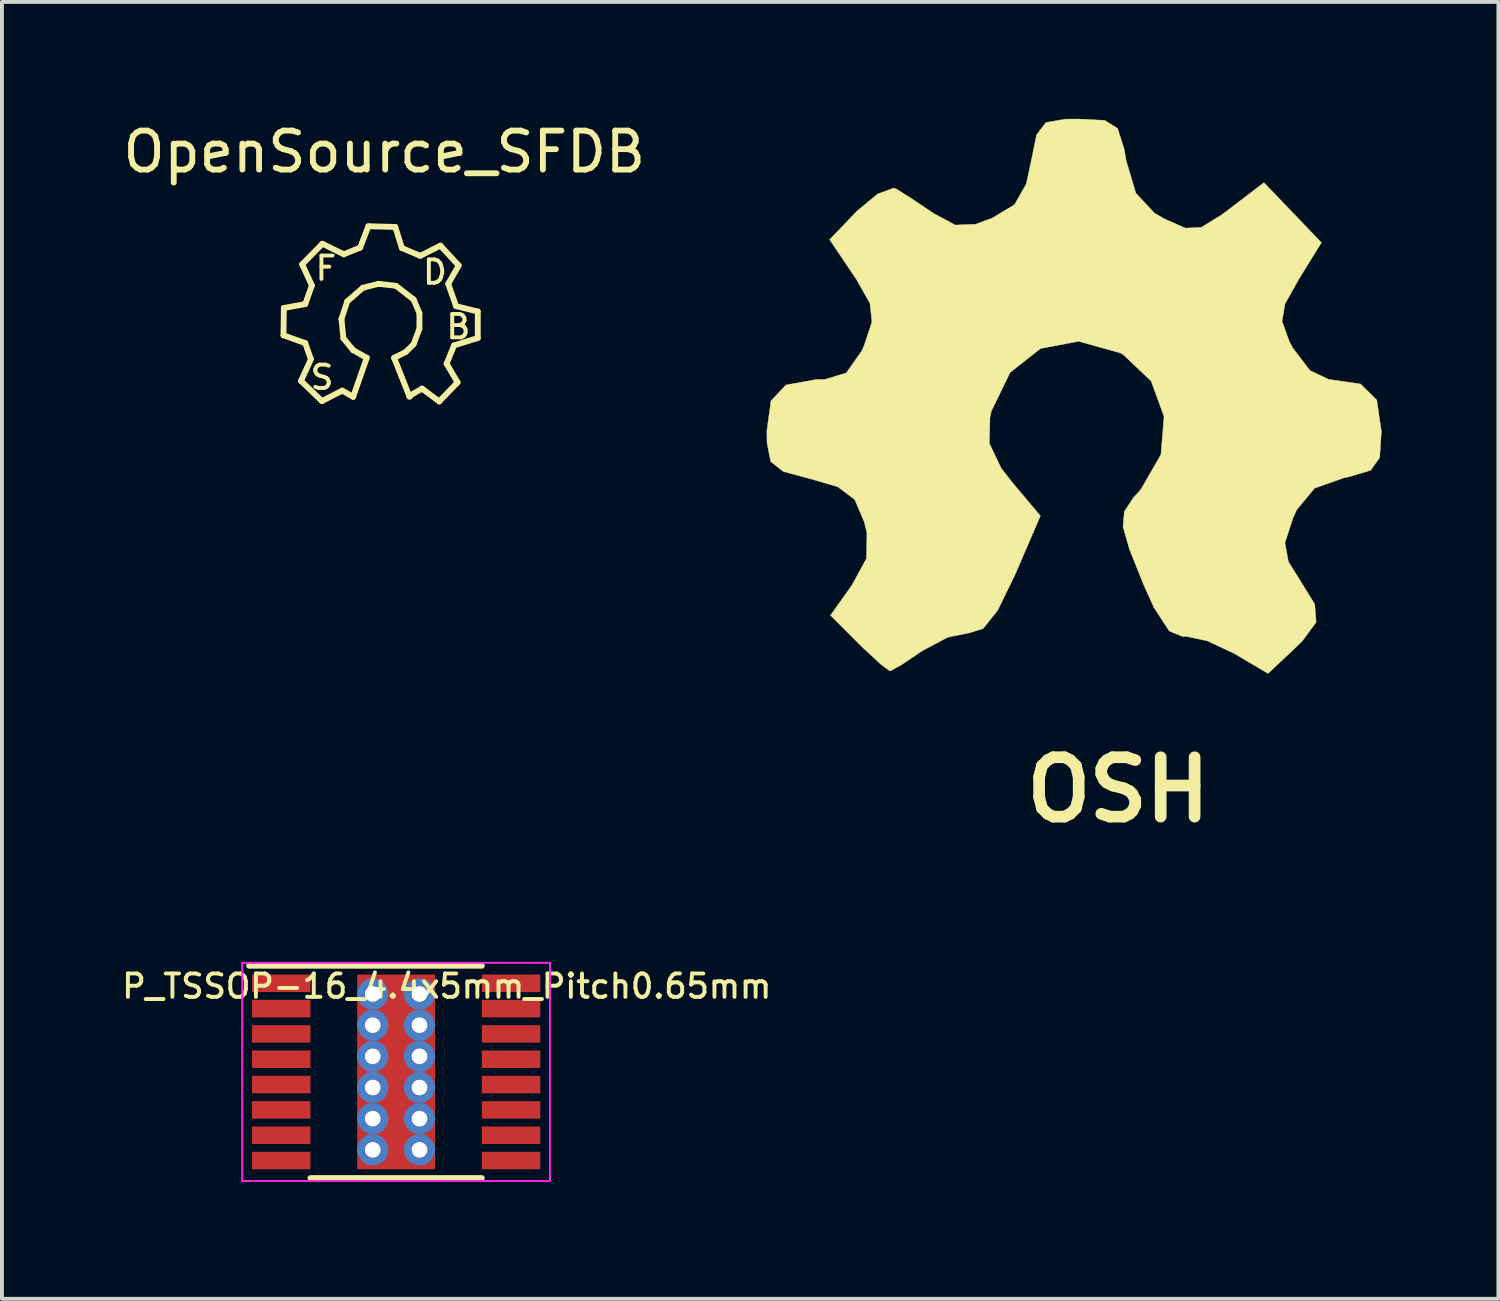
<source format=kicad_pcb>
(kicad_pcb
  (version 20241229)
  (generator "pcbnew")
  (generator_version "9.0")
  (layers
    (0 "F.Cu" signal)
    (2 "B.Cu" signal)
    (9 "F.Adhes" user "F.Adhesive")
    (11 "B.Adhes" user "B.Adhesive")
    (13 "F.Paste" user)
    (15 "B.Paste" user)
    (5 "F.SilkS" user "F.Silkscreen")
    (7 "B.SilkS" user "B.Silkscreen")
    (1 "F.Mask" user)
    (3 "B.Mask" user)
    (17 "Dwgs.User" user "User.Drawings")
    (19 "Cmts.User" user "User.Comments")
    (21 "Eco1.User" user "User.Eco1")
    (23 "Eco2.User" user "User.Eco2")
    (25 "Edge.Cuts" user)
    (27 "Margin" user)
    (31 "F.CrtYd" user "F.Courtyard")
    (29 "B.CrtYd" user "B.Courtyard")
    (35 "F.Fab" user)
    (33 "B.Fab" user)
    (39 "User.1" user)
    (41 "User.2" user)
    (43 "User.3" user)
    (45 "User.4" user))
  (footprint "OpenSource_SFDB"
    (layer "F.Cu")
    (at 6.716 5.237)
    (property "Reference" "OpenSource_SFDB" (at 0.099 -4.389 0) (layer "F.SilkS") (effects (font (size 1 1) (thickness 0.15))))
    (attr through_hole)
    (fp_line (start -2.489 0.32) (end -1.93 0.521) (stroke (width 0.15) (type solid)) (layer "F.SilkS"))
    (fp_line (start -2.479 -0.381) (end -2.489 0.32) (stroke (width 0.15) (type solid)) (layer "F.SilkS"))
    (fp_line (start -2.04 1.491) (end -1.501 2.009) (stroke (width 0.15) (type solid)) (layer "F.SilkS"))
    (fp_line (start -2.009 -1.501) (end -1.76 -0.96) (stroke (width 0.15) (type solid)) (layer "F.SilkS"))
    (fp_line (start -1.93 -0.48) (end -2.479 -0.381) (stroke (width 0.15) (type solid)) (layer "F.SilkS"))
    (fp_line (start -1.93 0.521) (end -1.791 0.919) (stroke (width 0.15) (type solid)) (layer "F.SilkS"))
    (fp_line (start -1.781 0.93) (end -2.04 1.491) (stroke (width 0.15) (type solid)) (layer "F.SilkS"))
    (fp_line (start -1.76 -0.96) (end -1.93 -0.48) (stroke (width 0.15) (type solid)) (layer "F.SilkS"))
    (fp_line (start -1.501 2.009) (end -0.98 1.74) (stroke (width 0.15) (type solid)) (layer "F.SilkS"))
    (fp_line (start -1.491 -2.029) (end -2.009 -1.501) (stroke (width 0.15) (type solid)) (layer "F.SilkS"))
    (fp_line (start -1.001 -0.099) (end -0.95 0.399) (stroke (width 0.15) (type solid)) (layer "F.SilkS"))
    (fp_line (start -0.98 1.74) (end -0.701 1.9) (stroke (width 0.15) (type solid)) (layer "F.SilkS"))
    (fp_line (start -0.95 0.399) (end -0.701 0.701) (stroke (width 0.15) (type solid)) (layer "F.SilkS"))
    (fp_line (start -0.94 -1.76) (end -1.491 -2.029) (stroke (width 0.15) (type solid)) (layer "F.SilkS"))
    (fp_line (start -0.851 -0.551) (end -1.001 -0.099) (stroke (width 0.15) (type solid)) (layer "F.SilkS"))
    (fp_line (start -0.701 0.701) (end -0.351 0.899) (stroke (width 0.15) (type solid)) (layer "F.SilkS"))
    (fp_line (start -0.521 -1.93) (end -0.94 -1.76) (stroke (width 0.15) (type solid)) (layer "F.SilkS"))
    (fp_line (start -0.45 -0.899) (end -0.851 -0.551) (stroke (width 0.15) (type solid)) (layer "F.SilkS"))
    (fp_line (start -0.351 0.899) (end -0.701 1.9) (stroke (width 0.15) (type solid)) (layer "F.SilkS"))
    (fp_line (start -0.31 -2.479) (end -0.521 -1.93) (stroke (width 0.15) (type solid)) (layer "F.SilkS"))
    (fp_line (start -0.051 -1.001) (end -0.45 -0.899) (stroke (width 0.15) (type solid)) (layer "F.SilkS"))
    (fp_line (start 0.351 0.899) (end 0.65 0.749) (stroke (width 0.15) (type solid)) (layer "F.SilkS"))
    (fp_line (start 0.351 0.899) (end 0.749 1.9) (stroke (width 0.15) (type solid)) (layer "F.SilkS"))
    (fp_line (start 0.381 -2.461) (end -0.31 -2.479) (stroke (width 0.15) (type solid)) (layer "F.SilkS"))
    (fp_line (start 0.399 -0.95) (end -0.051 -1.001) (stroke (width 0.15) (type solid)) (layer "F.SilkS"))
    (fp_line (start 0.551 -1.92) (end 0.381 -2.461) (stroke (width 0.15) (type solid)) (layer "F.SilkS"))
    (fp_line (start 0.65 0.749) (end 0.851 0.551) (stroke (width 0.15) (type solid)) (layer "F.SilkS"))
    (fp_line (start 0.739 1.88) (end 1.069 1.689) (stroke (width 0.15) (type solid)) (layer "F.SilkS"))
    (fp_line (start 0.851 -0.599) (end 0.399 -0.95) (stroke (width 0.15) (type solid)) (layer "F.SilkS"))
    (fp_line (start 0.851 0.551) (end 1.001 0.15) (stroke (width 0.15) (type solid)) (layer "F.SilkS"))
    (fp_line (start 1.001 -0.249) (end 0.851 -0.599) (stroke (width 0.15) (type solid)) (layer "F.SilkS"))
    (fp_line (start 1.001 0.15) (end 1.001 -0.249) (stroke (width 0.15) (type solid)) (layer "F.SilkS"))
    (fp_line (start 1.021 -1.72) (end 0.551 -1.92) (stroke (width 0.15) (type solid)) (layer "F.SilkS"))
    (fp_line (start 1.069 1.689) (end 1.509 2.019) (stroke (width 0.15) (type solid)) (layer "F.SilkS"))
    (fp_line (start 1.509 2.019) (end 1.981 1.529) (stroke (width 0.15) (type solid)) (layer "F.SilkS"))
    (fp_line (start 1.539 -1.981) (end 1.021 -1.72) (stroke (width 0.15) (type solid)) (layer "F.SilkS"))
    (fp_line (start 1.699 1.049) (end 1.89 0.579) (stroke (width 0.15) (type solid)) (layer "F.SilkS"))
    (fp_line (start 1.74 -1.001) (end 2.009 -1.471) (stroke (width 0.15) (type solid)) (layer "F.SilkS"))
    (fp_line (start 1.89 0.579) (end 2.499 0.391) (stroke (width 0.15) (type solid)) (layer "F.SilkS"))
    (fp_line (start 1.941 -0.429) (end 1.74 -1.001) (stroke (width 0.15) (type solid)) (layer "F.SilkS"))
    (fp_line (start 1.981 1.529) (end 1.699 1.049) (stroke (width 0.15) (type solid)) (layer "F.SilkS"))
    (fp_line (start 2.009 -1.471) (end 1.539 -1.981) (stroke (width 0.15) (type solid)) (layer "F.SilkS"))
    (fp_line (start 2.499 -0.29) (end 1.941 -0.429) (stroke (width 0.15) (type solid)) (layer "F.SilkS"))
    (fp_line (start 2.499 0.391) (end 2.499 -0.29) (stroke (width 0.15) (type solid)) (layer "F.SilkS"))
    (fp_text user "F" (at -1.4 -1.4 0) (layer "F.SilkS") (effects (font (size 0.6 0.6) (thickness 0.1))))
    (fp_text user "B" (at 2 0.1 0) (layer "F.SilkS") (effects (font (size 0.6 0.6) (thickness 0.1))))
    (fp_text user "S" (at -1.5 1.4 0) (layer "F.SilkS") (effects (font (size 0.6 0.6) (thickness 0.1))))
    (fp_text user "D" (at 1.4 -1.3 0) (layer "F.SilkS") (effects (font (size 0.6 0.6) (thickness 0.1)))))
  (footprint "OSH"
    (layer "F.Cu")
    (at 24.657 7.224)
    (property "Reference" "OSH" (at 1 10 0) (layer "F.SilkS") (effects (font (size 1.524 1.524) (thickness 0.3))))
    (attr through_hole)
    (fp_poly (pts (xy 0.65 -7.185) (xy 0.982 -6.98) (xy 1.149 -6.455) (xy 1.204 -6.144) (xy 1.451 -5.317) (xy 1.928 -4.805) (xy 2.183 -4.656) (xy 2.724 -4.418) (xy 3.133 -4.439) (xy 3.645 -4.754) (xy 3.86 -4.915) (xy 4.74 -5.586) (xy 6.215 -4.046) (xy 5.634 -3.106) (xy 5.279 -2.471) (xy 5.204 -2.026) (xy 5.386 -1.523) (xy 5.474 -1.35) (xy 5.92 -0.764) (xy 6.402 -0.535) (xy 7.218 -0.418) (xy 7.636 -0.005) (xy 7.754 0.801) (xy 7.71 1.473) (xy 7.479 1.8) (xy 6.909 1.97) (xy 6.798 1.991) (xy 6.039 2.259) (xy 5.582 2.811) (xy 5.487 3.018) (xy 5.278 3.662) (xy 5.368 4.148) (xy 5.64 4.581) (xy 6.044 5.235) (xy 6.079 5.698) (xy 5.727 6.179) (xy 5.497 6.402) (xy 4.844 7.015) (xy 3.96 6.493) (xy 3.279 6.176) (xy 2.732 6.061) (xy 2.66 6.07) (xy 2.31 5.927) (xy 1.912 5.315) (xy 1.657 4.75) (xy 1.287 3.827) (xy 1.122 3.246) (xy 1.156 2.856) (xy 1.385 2.506) (xy 1.58 2.29) (xy 2.095 1.396) (xy 2.175 0.419) (xy 1.845 -0.489) (xy 1.127 -1.171) (xy 1.046 -1.215) (xy -0.019 -1.512) (xy -0.995 -1.327) (xy -1.777 -0.712) (xy -2.258 0.28) (xy -2.293 0.437) (xy -2.31 1.107) (xy -2.005 1.746) (xy -1.726 2.104) (xy -0.999 2.969) (xy -1.656 4.492) (xy -2.098 5.398) (xy -2.47 5.863) (xy -2.815 5.97) (xy -3.377 6.086) (xy -4.03 6.431) (xy -4.039 6.437) (xy -4.558 6.788) (xy -4.851 6.95) (xy -4.86 6.952) (xy -5.093 6.782) (xy -5.547 6.361) (xy -5.673 6.237) (xy -6.388 5.522) (xy -5.835 4.746) (xy -5.465 4.065) (xy -5.452 3.409) (xy -5.522 3.121) (xy -5.767 2.548) (xy -6.204 2.221) (xy -6.891 2.021) (xy -7.598 1.831) (xy -7.924 1.574) (xy -8.017 1.092) (xy -8.021 0.779) (xy -7.915 0.014) (xy -7.529 -0.392) (xy -6.758 -0.531) (xy -6.529 -0.535) (xy -5.982 -0.701) (xy -5.581 -1.272) (xy -5.524 -1.404) (xy -5.323 -2.01) (xy -5.374 -2.486) (xy -5.713 -3.087) (xy -5.787 -3.198) (xy -6.409 -4.123) (xy -5.704 -4.859) (xy -5.181 -5.293) (xy -4.769 -5.446) (xy -4.705 -5.428) (xy -4.283 -5.161) (xy -3.737 -4.794) (xy -3.183 -4.497) (xy -2.663 -4.518) (xy -2.239 -4.675) (xy -1.665 -5.019) (xy -1.361 -5.554) (xy -1.239 -6.12) (xy -1.097 -6.815) (xy -0.858 -7.13) (xy -0.357 -7.216) (xy -0.02 -7.219) (xy 0.65 -7.185)) (stroke (width 0.01) (type solid)) (fill yes) (layer "F.SilkS")))
  (footprint "P_TSSOP-16_4.4x5mm_Pitch0.65mm"
    (layer "F.Cu")
    (at 7.119 24.467)
    (property "Reference" "P_TSSOP-16_4.4x5mm_Pitch0.65mm" (at 1.3 -2.2 0) (layer "F.SilkS") (effects (font (size 0.6 0.6) (thickness 0.1))))
    (attr smd)
    (fp_line (start -3.775 -2.725) (end 2.2 -2.725) (stroke (width 0.15) (type solid)) (layer "F.SilkS"))
    (fp_line (start -2.2 2.725) (end 2.2 2.725) (stroke (width 0.15) (type solid)) (layer "F.SilkS"))
    (fp_line (start -3.95 -2.8) (end -3.95 2.8) (stroke (width 0.05) (type solid)) (layer "F.CrtYd"))
    (fp_line (start -3.95 -2.8) (end 3.95 -2.8) (stroke (width 0.05) (type solid)) (layer "F.CrtYd"))
    (fp_line (start -3.95 2.8) (end 3.95 2.8) (stroke (width 0.05) (type solid)) (layer "F.CrtYd"))
    (fp_line (start 3.95 -2.8) (end 3.95 2.8) (stroke (width 0.05) (type solid)) (layer "F.CrtYd"))
    (pad "1" smd rect (at -2.95 -2.275) (size 1.5 0.45) (layers "F.Cu" "F.Mask" "F.Paste"))
    (pad "2" smd rect (at -2.95 -1.625) (size 1.5 0.45) (layers "F.Cu" "F.Mask" "F.Paste"))
    (pad "3" smd rect (at -2.95 -0.975) (size 1.5 0.45) (layers "F.Cu" "F.Mask" "F.Paste"))
    (pad "4" smd rect (at -2.95 -0.325) (size 1.5 0.45) (layers "F.Cu" "F.Mask" "F.Paste"))
    (pad "5" smd rect (at -2.95 0.325) (size 1.5 0.45) (layers "F.Cu" "F.Mask" "F.Paste"))
    (pad "6" smd rect (at -2.95 0.975) (size 1.5 0.45) (layers "F.Cu" "F.Mask" "F.Paste"))
    (pad "7" smd rect (at -2.95 1.625) (size 1.5 0.45) (layers "F.Cu" "F.Mask" "F.Paste"))
    (pad "8" smd rect (at -2.95 2.275) (size 1.5 0.45) (layers "F.Cu" "F.Mask" "F.Paste"))
    (pad "9" smd rect (at 2.95 2.275) (size 1.5 0.45) (layers "F.Cu" "F.Mask" "F.Paste"))
    (pad "10" smd rect (at 2.95 1.625) (size 1.5 0.45) (layers "F.Cu" "F.Mask" "F.Paste"))
    (pad "11" smd rect (at 2.95 0.975) (size 1.5 0.45) (layers "F.Cu" "F.Mask" "F.Paste"))
    (pad "12" smd rect (at 2.95 0.325) (size 1.5 0.45) (layers "F.Cu" "F.Mask" "F.Paste"))
    (pad "13" smd rect (at 2.95 -0.325) (size 1.5 0.45) (layers "F.Cu" "F.Mask" "F.Paste"))
    (pad "14" smd rect (at 2.95 -0.975) (size 1.5 0.45) (layers "F.Cu" "F.Mask" "F.Paste"))
    (pad "15" smd rect (at 2.95 -1.625) (size 1.5 0.45) (layers "F.Cu" "F.Mask" "F.Paste"))
    (pad "16" smd rect (at 2.95 -2.275) (size 1.5 0.45) (layers "F.Cu" "F.Mask" "F.Paste"))
    (pad "17" thru_hole circle (at -0.6 -2) (size 0.8 0.8) (drill 0.4) (layers "*.Cu" "*.Mask"))
    (pad "17" thru_hole circle (at -0.6 -1.2) (size 0.8 0.8) (drill 0.4) (layers "*.Cu" "*.Mask"))
    (pad "17" thru_hole circle (at -0.6 -0.4) (size 0.8 0.8) (drill 0.4) (layers "*.Cu" "*.Mask"))
    (pad "17" thru_hole circle (at -0.6 0.4) (size 0.8 0.8) (drill 0.4) (layers "*.Cu" "*.Mask"))
    (pad "17" thru_hole circle (at -0.6 1.2) (size 0.8 0.8) (drill 0.4) (layers "*.Cu" "*.Mask"))
    (pad "17" thru_hole circle (at -0.6 2) (size 0.8 0.8) (drill 0.4) (layers "*.Cu" "*.Mask"))
    (pad "17" smd rect (at 0 0) (size 2 5) (layers "F.Cu" "F.Mask" "F.Paste"))
    (pad "17" thru_hole circle (at 0.6 -2) (size 0.8 0.8) (drill 0.4) (layers "*.Cu" "*.Mask"))
    (pad "17" thru_hole circle (at 0.6 -1.2) (size 0.8 0.8) (drill 0.4) (layers "*.Cu" "*.Mask"))
    (pad "17" thru_hole circle (at 0.6 -0.4) (size 0.8 0.8) (drill 0.4) (layers "*.Cu" "*.Mask"))
    (pad "17" thru_hole circle (at 0.6 0.4) (size 0.8 0.8) (drill 0.4) (layers "*.Cu" "*.Mask"))
    (pad "17" thru_hole circle (at 0.6 1.2) (size 0.8 0.8) (drill 0.4) (layers "*.Cu" "*.Mask"))
    (pad "17" thru_hole circle (at 0.6 2) (size 0.8 0.8) (drill 0.4) (layers "*.Cu" "*.Mask")))
  (gr_rect
    (start -3 -3)
    (end 35.416 30.292)
    (stroke (width 0.1) (type default))
    (fill no)
    (layer "Edge.Cuts")))
</source>
